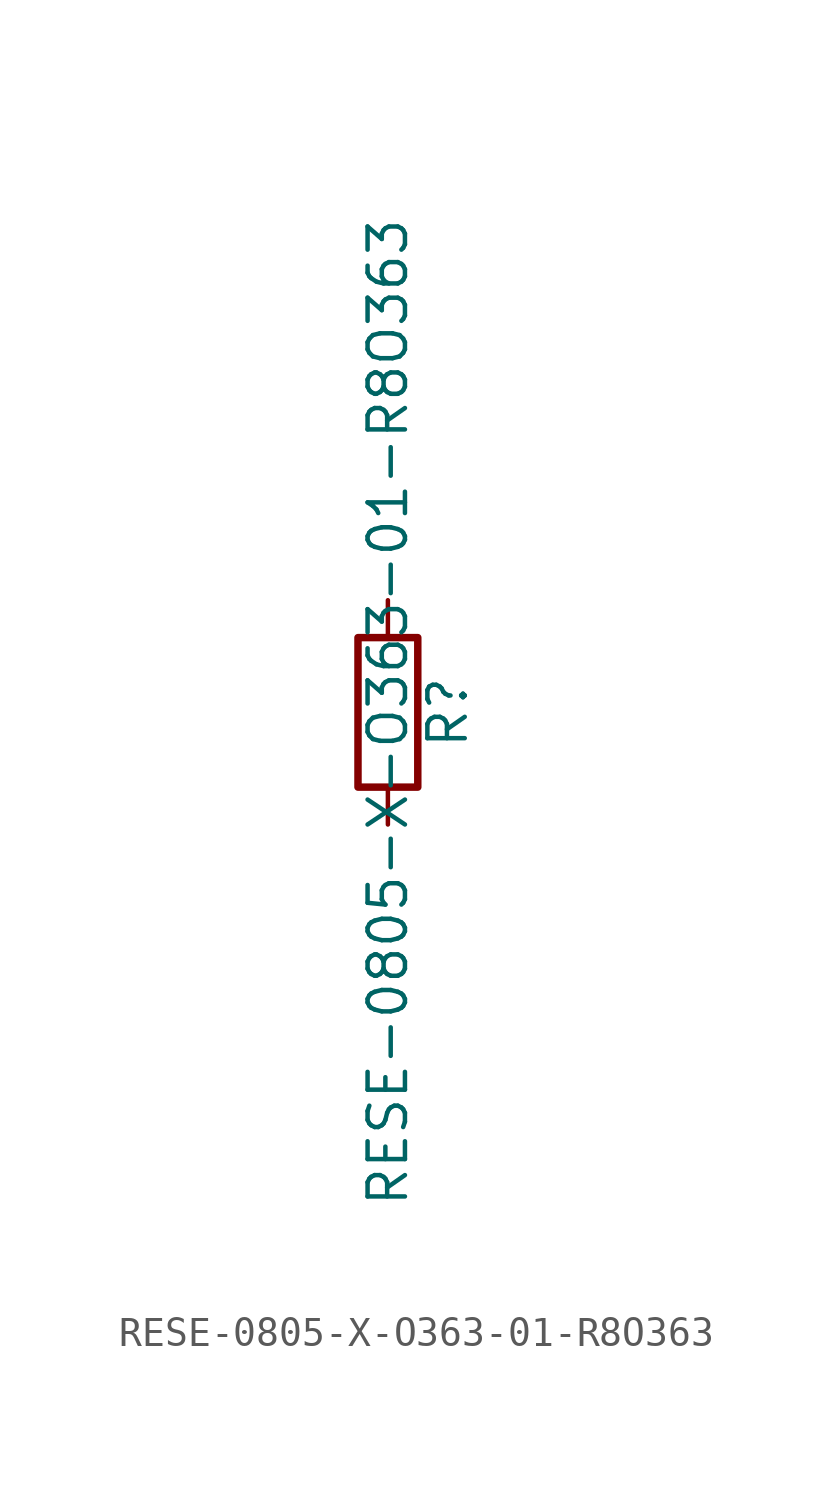
<source format=kicad_sym>
(kicad_symbol_lib
  (version 20211014)
  (generator kicad_symbol_editor)
  (symbol "RESE-0805-X-O363-01-R8O363"
    (pin_numbers hide)
    (pin_names
      (offset 0))
    (property "Reference" "R"
      (at 2.032 0 90)
      (effects (font (size 1.27 1.27))))
    (property "Value" "RESE-0805-X-O363-01-R8O363"
      (at 0 0 90)
      (effects (font (size 1.27 1.27))))
    (symbol "RESE-0805-X-O363-01-R8O363_0_1"
      (rectangle (start -1.016 -2.54) (end 1.016 2.54) (stroke (width 0.254) (type default) (color 0 0 0 0)) (fill (type none))))
    (symbol "RESE-0805-X-O363-01-R8O363_1_1"
      (pin passive line (at 0 3.81 270) (length 1.27) (name "~" (effects (font (size 1.27 1.27)))) (number "1" (effects (font (size 1.27 1.27)))))
      (pin passive line (at 0 -3.81 90) (length 1.27) (name "~" (effects (font (size 1.27 1.27)))) (number "2" (effects (font (size 1.27 1.27))))))))
</source>
